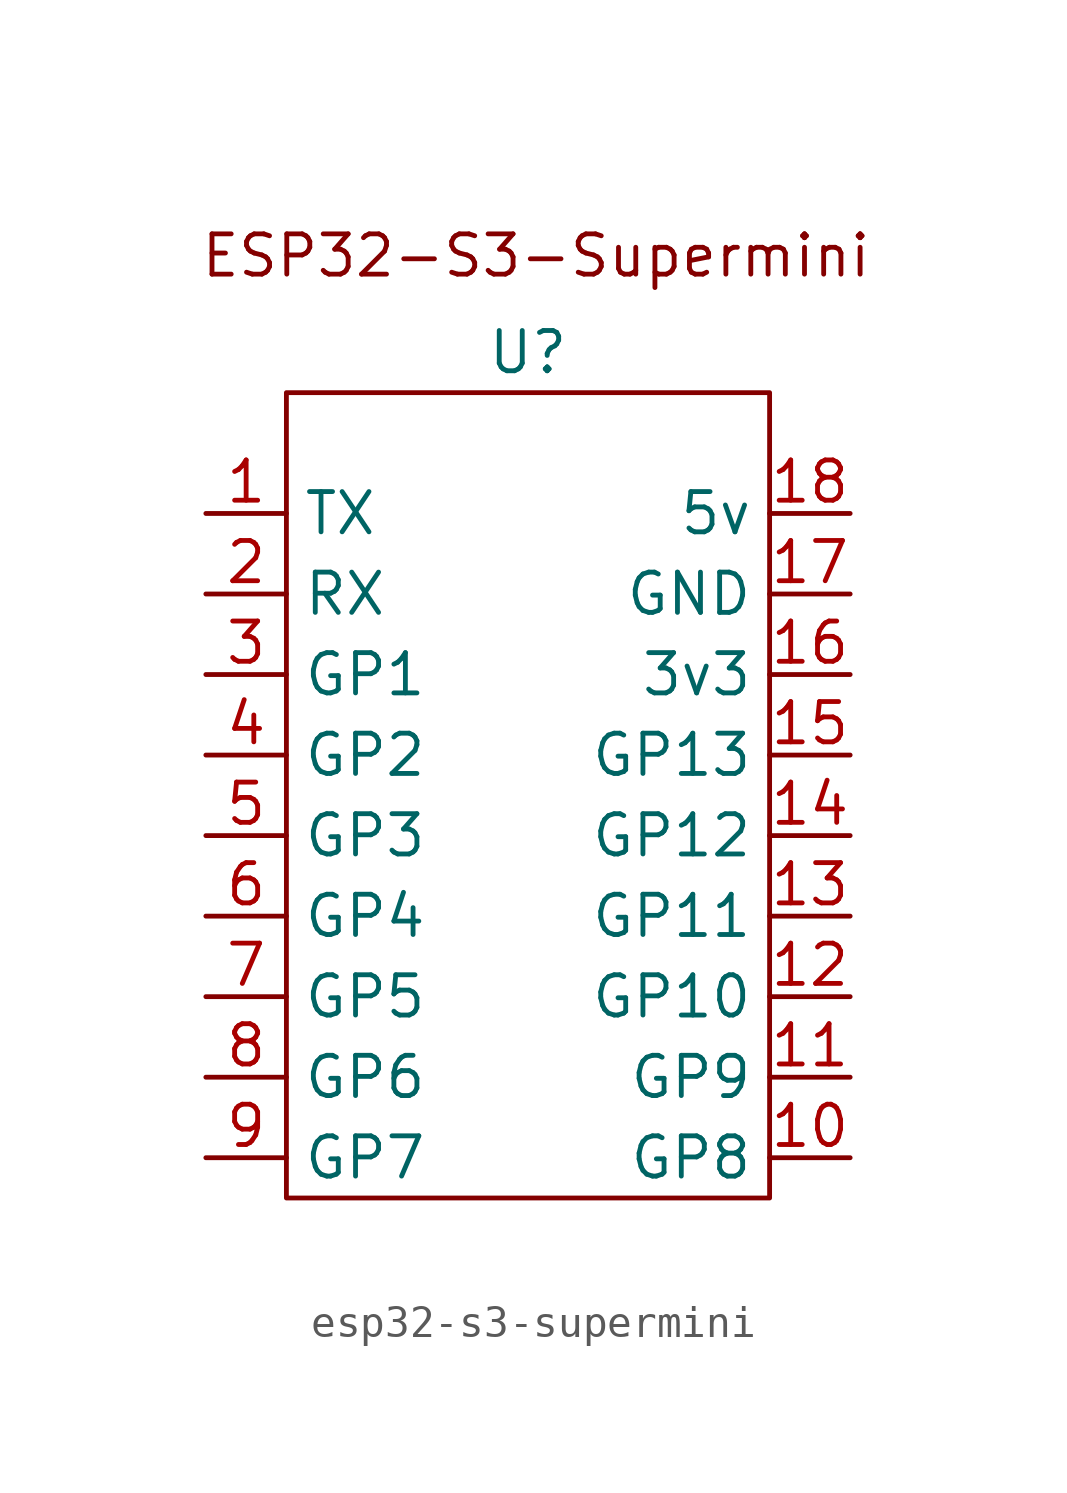
<source format=kicad_sym>
(kicad_symbol_lib
  (version 20241209)
  (generator "kicad_symbol_editor")
  (generator_version "9.0")
  (symbol "esp32-s3-supermini"
    (property "Reference" "U"
      (at -10.16 19.05 0)
      (effects (font (size 1.27 1.27))))
    (property "Value" ""
      (at 0 0 0)
      (effects (font (size 1.27 1.27))))
    (symbol "esp32-s3-supermini_0_1"
      (rectangle (start -17.78 17.78) (end -2.54 -7.62) (stroke (width 0) (type default)) (fill (type none))))
    (symbol "esp32-s3-supermini_1_1"
      (text "ESP32-S3-Supermini" (at -9.906 22.098 0) (effects (font (size 1.27 1.27))))
      (pin bidirectional line (at -20.32 13.97 0) (length 2.54) (name "TX" (effects (font (size 1.27 1.27)))) (number "1" (effects (font (size 1.27 1.27)))))
      (pin bidirectional line (at -20.32 11.43 0) (length 2.54) (name "RX" (effects (font (size 1.27 1.27)))) (number "2" (effects (font (size 1.27 1.27)))))
      (pin bidirectional line (at -20.32 8.89 0) (length 2.54) (name "GP1" (effects (font (size 1.27 1.27)))) (number "3" (effects (font (size 1.27 1.27)))))
      (pin bidirectional line (at -20.32 6.35 0) (length 2.54) (name "GP2" (effects (font (size 1.27 1.27)))) (number "4" (effects (font (size 1.27 1.27)))))
      (pin bidirectional line (at -20.32 3.81 0) (length 2.54) (name "GP3" (effects (font (size 1.27 1.27)))) (number "5" (effects (font (size 1.27 1.27)))))
      (pin bidirectional line (at -20.32 1.27 0) (length 2.54) (name "GP4" (effects (font (size 1.27 1.27)))) (number "6" (effects (font (size 1.27 1.27)))))
      (pin bidirectional line (at -20.32 -1.27 0) (length 2.54) (name "GP5" (effects (font (size 1.27 1.27)))) (number "7" (effects (font (size 1.27 1.27)))))
      (pin bidirectional line (at -20.32 -3.81 0) (length 2.54) (name "GP6" (effects (font (size 1.27 1.27)))) (number "8" (effects (font (size 1.27 1.27)))))
      (pin bidirectional line (at -20.32 -6.35 0) (length 2.54) (name "GP7" (effects (font (size 1.27 1.27)))) (number "9" (effects (font (size 1.27 1.27)))))
      (pin input line (at 0 13.97 180) (length 2.54) (name "5v" (effects (font (size 1.27 1.27)))) (number "18" (effects (font (size 1.27 1.27)))))
      (pin input line (at 0 11.43 180) (length 2.54) (name "GND" (effects (font (size 1.27 1.27)))) (number "17" (effects (font (size 1.27 1.27)))))
      (pin output line (at 0 8.89 180) (length 2.54) (name "3v3" (effects (font (size 1.27 1.27)))) (number "16" (effects (font (size 1.27 1.27)))))
      (pin bidirectional line (at 0 6.35 180) (length 2.54) (name "GP13" (effects (font (size 1.27 1.27)))) (number "15" (effects (font (size 1.27 1.27)))))
      (pin bidirectional line (at 0 3.81 180) (length 2.54) (name "GP12" (effects (font (size 1.27 1.27)))) (number "14" (effects (font (size 1.27 1.27)))))
      (pin bidirectional line (at 0 1.27 180) (length 2.54) (name "GP11" (effects (font (size 1.27 1.27)))) (number "13" (effects (font (size 1.27 1.27)))))
      (pin bidirectional line (at 0 -1.27 180) (length 2.54) (name "GP10" (effects (font (size 1.27 1.27)))) (number "12" (effects (font (size 1.27 1.27)))))
      (pin bidirectional line (at 0 -3.81 180) (length 2.54) (name "GP9" (effects (font (size 1.27 1.27)))) (number "11" (effects (font (size 1.27 1.27)))))
      (pin bidirectional line (at 0 -6.35 180) (length 2.54) (name "GP8" (effects (font (size 1.27 1.27)))) (number "10" (effects (font (size 1.27 1.27))))))))
</source>
